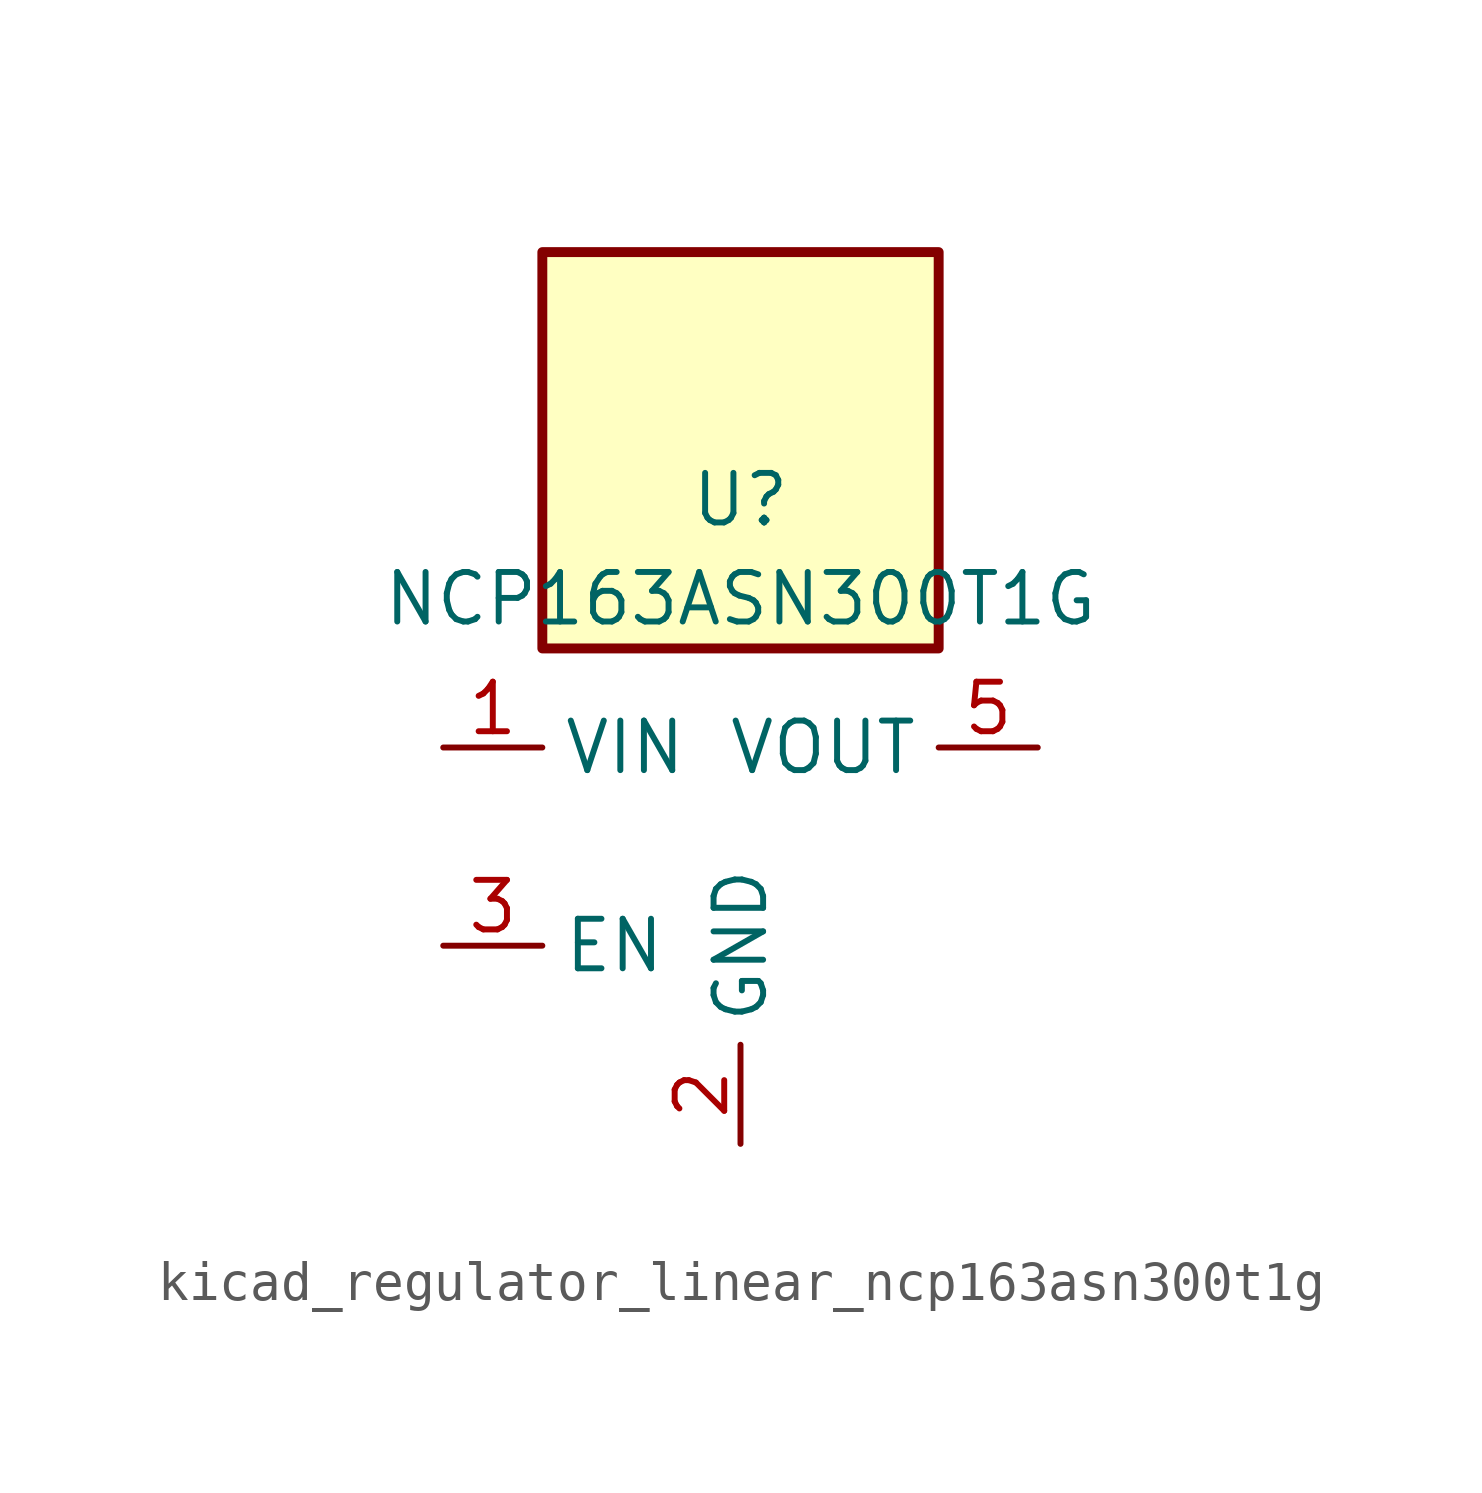
<source format=kicad_sym>
(kicad_symbol_lib
  (version 20220914)
  (generator kicad_symbol_editor)
  (symbol "kicad_regulator_linear_ncp163asn300t1g"
    (property "Reference" "U"
      (at 0 8.89 0)
      (effects (font (size 1.27 1.27))))
    (property "Value" "NCP163ASN300T1G"
      (at 0 6.35 0)
      (effects (font (size 1.27 1.27))))
    (symbol "kicad_regulator_linear_ncp163asn300t1g_0_1"
      (rectangle (start 5.08 15.24) (end -5.08 5.08) (stroke (width 0.254) (type default)) (fill (type background))))
    (symbol "kicad_regulator_linear_ncp163asn300t1g_1_1"
      (pin power_in line (at -7.62 2.54 0) (length 2.54) (name "VIN" (effects (font (size 1.27 1.27)))) (number "1" (effects (font (size 1.27 1.27)))))
      (pin power_in line (at 0 -7.62 90) (length 2.54) (name "GND" (effects (font (size 1.27 1.27)))) (number "2" (effects (font (size 1.27 1.27)))))
      (pin input line (at -7.62 -2.54 0) (length 2.54) (name "EN" (effects (font (size 1.27 1.27)))) (number "3" (effects (font (size 1.27 1.27)))))
      (pin no_connect line (at 5.08 -2.54 180) (length 2.54) hide (name "NC" (effects (font (size 1.27 1.27)))) (number "4" (effects (font (size 1.27 1.27)))))
      (pin power_out line (at 7.62 2.54 180) (length 2.54) (name "VOUT" (effects (font (size 1.27 1.27)))) (number "5" (effects (font (size 1.27 1.27))))))))
</source>
